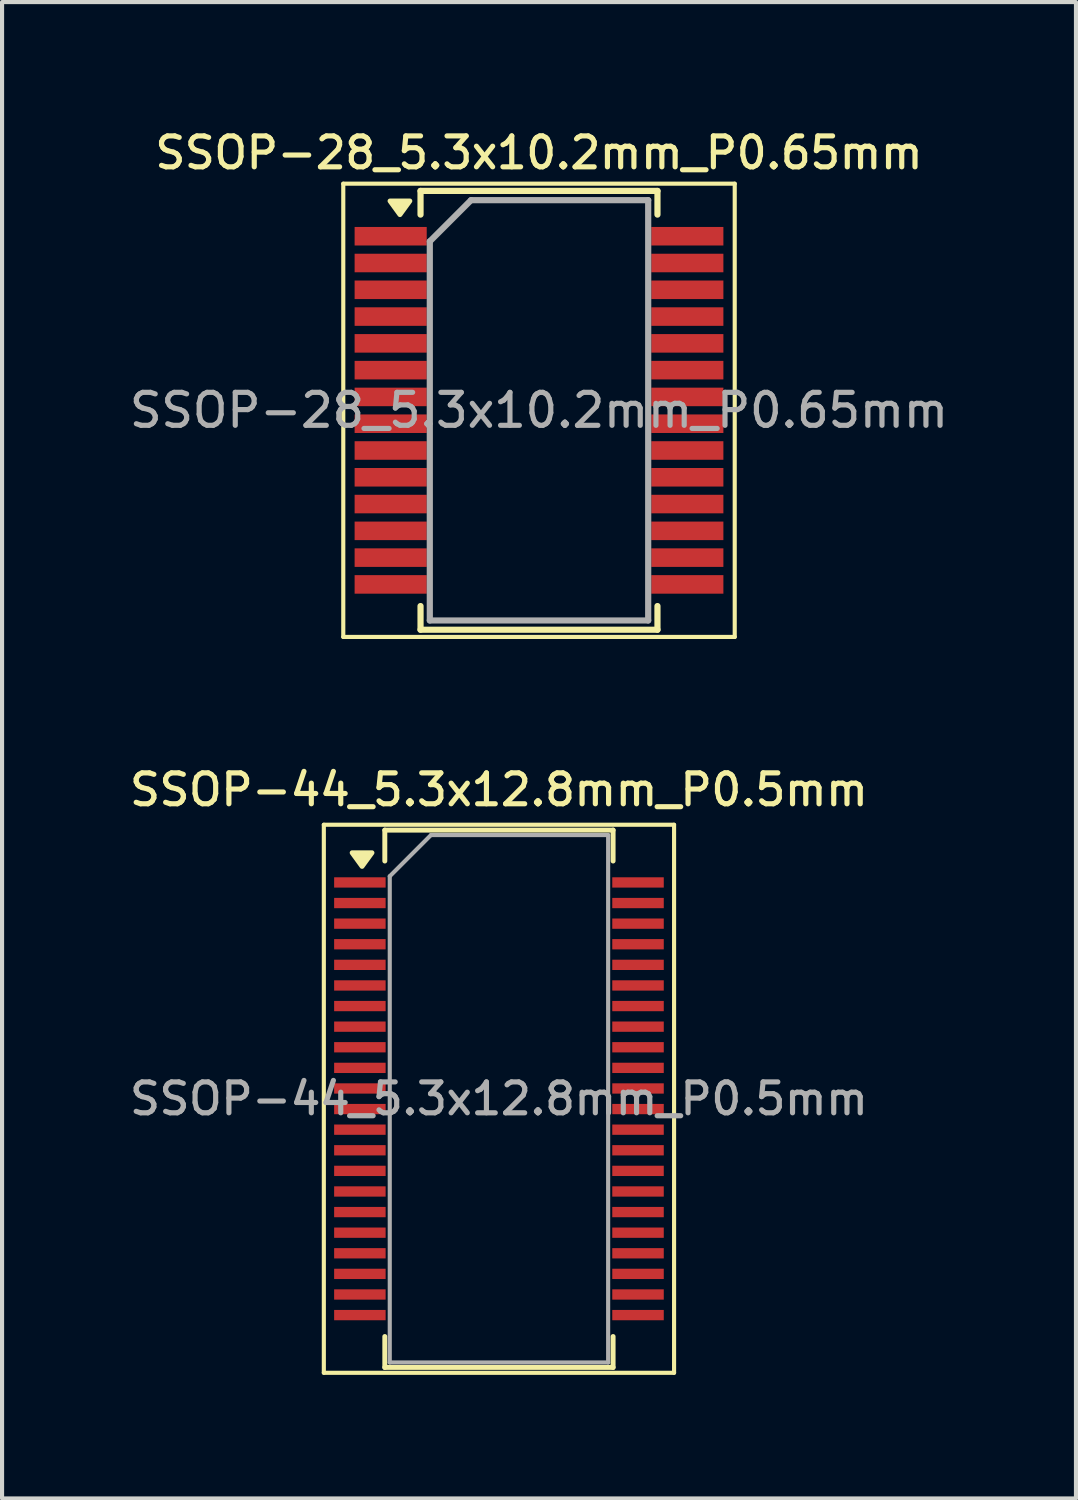
<source format=kicad_pcb>
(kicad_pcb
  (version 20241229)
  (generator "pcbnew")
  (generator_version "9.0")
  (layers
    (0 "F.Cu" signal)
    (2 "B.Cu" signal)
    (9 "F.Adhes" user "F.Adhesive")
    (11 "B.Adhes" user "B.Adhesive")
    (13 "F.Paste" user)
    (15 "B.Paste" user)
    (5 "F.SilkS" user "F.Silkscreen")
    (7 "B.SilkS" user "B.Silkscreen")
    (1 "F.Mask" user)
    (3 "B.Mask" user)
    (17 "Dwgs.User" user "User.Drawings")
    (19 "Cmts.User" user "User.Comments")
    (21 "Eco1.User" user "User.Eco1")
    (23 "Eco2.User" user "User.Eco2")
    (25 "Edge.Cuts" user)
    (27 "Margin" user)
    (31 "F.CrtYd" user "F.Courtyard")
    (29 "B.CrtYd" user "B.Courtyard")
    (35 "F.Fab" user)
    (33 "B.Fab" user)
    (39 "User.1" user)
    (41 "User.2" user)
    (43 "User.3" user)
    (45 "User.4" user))
  (footprint "SSOP-44_5.3x12.8mm_P0.5mm"
    (layer "F.Cu")
    (at 9.059 23.616)
    (property "Reference" "SSOP-44_5.3x12.8mm_P0.5mm" (at 0 -7.5 0) (layer "F.SilkS") (effects (font (size 0.75 0.75) (thickness 0.125))))
    (attr smd)
    (fp_line (start -4.25 -6.65) (end -4.25 6.65) (stroke (width 0.1) (type solid)) (layer "F.SilkS"))
    (fp_line (start -4.25 -6.65) (end 4.25 -6.65) (stroke (width 0.1) (type solid)) (layer "F.SilkS"))
    (fp_line (start -4.25 6.65) (end 4.25 6.65) (stroke (width 0.1) (type solid)) (layer "F.SilkS"))
    (fp_line (start -2.77 -6.52) (end -2.77 -5.77) (stroke (width 0.12) (type solid)) (layer "F.SilkS"))
    (fp_line (start -2.77 -6.52) (end 2.77 -6.52) (stroke (width 0.12) (type solid)) (layer "F.SilkS"))
    (fp_line (start -2.77 6.52) (end -2.77 5.77) (stroke (width 0.12) (type solid)) (layer "F.SilkS"))
    (fp_line (start -2.77 6.52) (end 2.77 6.52) (stroke (width 0.12) (type solid)) (layer "F.SilkS"))
    (fp_line (start 2.77 -6.52) (end 2.77 -5.77) (stroke (width 0.12) (type solid)) (layer "F.SilkS"))
    (fp_line (start 2.77 6.52) (end 2.77 5.77) (stroke (width 0.12) (type solid)) (layer "F.SilkS"))
    (fp_line (start 4.25 -6.65) (end 4.25 6.65) (stroke (width 0.1) (type solid)) (layer "F.SilkS"))
    (fp_poly (pts (xy -3.322 -5.64) (xy -3.562 -5.97) (xy -3.082 -5.97) (xy -3.322 -5.64)) (stroke (width 0.12) (type solid)) (fill yes) (layer "F.SilkS"))
    (fp_line (start -2.65 -5.4) (end -1.65 -6.4) (stroke (width 0.1) (type solid)) (layer "F.Fab"))
    (fp_line (start -2.65 6.4) (end -2.65 -5.4) (stroke (width 0.1) (type solid)) (layer "F.Fab"))
    (fp_line (start -1.65 -6.4) (end 2.65 -6.4) (stroke (width 0.1) (type solid)) (layer "F.Fab"))
    (fp_line (start 2.65 -6.4) (end 2.65 6.4) (stroke (width 0.1) (type solid)) (layer "F.Fab"))
    (fp_line (start 2.65 6.4) (end -2.65 6.4) (stroke (width 0.1) (type solid)) (layer "F.Fab"))
    (fp_text user "${REFERENCE}" (at 0 0 0) (layer "F.Fab") (effects (font (size 0.75 0.75) (thickness 0.125))))
    (pad "1" smd rect (at -3.375 -5.25) (size 1.25 0.25) (layers "F.Cu" "F.Mask" "F.Paste"))
    (pad "2" smd rect (at -3.375 -4.75) (size 1.25 0.25) (layers "F.Cu" "F.Mask" "F.Paste"))
    (pad "3" smd rect (at -3.375 -4.25) (size 1.25 0.25) (layers "F.Cu" "F.Mask" "F.Paste"))
    (pad "4" smd rect (at -3.375 -3.75) (size 1.25 0.25) (layers "F.Cu" "F.Mask" "F.Paste"))
    (pad "5" smd rect (at -3.375 -3.25) (size 1.25 0.25) (layers "F.Cu" "F.Mask" "F.Paste"))
    (pad "6" smd rect (at -3.375 -2.75) (size 1.25 0.25) (layers "F.Cu" "F.Mask" "F.Paste"))
    (pad "7" smd rect (at -3.375 -2.25) (size 1.25 0.25) (layers "F.Cu" "F.Mask" "F.Paste"))
    (pad "8" smd rect (at -3.375 -1.75) (size 1.25 0.25) (layers "F.Cu" "F.Mask" "F.Paste"))
    (pad "9" smd rect (at -3.375 -1.25) (size 1.25 0.25) (layers "F.Cu" "F.Mask" "F.Paste"))
    (pad "10" smd rect (at -3.375 -0.75) (size 1.25 0.25) (layers "F.Cu" "F.Mask" "F.Paste"))
    (pad "11" smd rect (at -3.375 -0.25) (size 1.25 0.25) (layers "F.Cu" "F.Mask" "F.Paste"))
    (pad "12" smd rect (at -3.375 0.25) (size 1.25 0.25) (layers "F.Cu" "F.Mask" "F.Paste"))
    (pad "13" smd rect (at -3.375 0.75) (size 1.25 0.25) (layers "F.Cu" "F.Mask" "F.Paste"))
    (pad "14" smd rect (at -3.375 1.25) (size 1.25 0.25) (layers "F.Cu" "F.Mask" "F.Paste"))
    (pad "15" smd rect (at -3.375 1.75) (size 1.25 0.25) (layers "F.Cu" "F.Mask" "F.Paste"))
    (pad "16" smd rect (at -3.375 2.25) (size 1.25 0.25) (layers "F.Cu" "F.Mask" "F.Paste"))
    (pad "17" smd rect (at -3.375 2.75) (size 1.25 0.25) (layers "F.Cu" "F.Mask" "F.Paste"))
    (pad "18" smd rect (at -3.375 3.25) (size 1.25 0.25) (layers "F.Cu" "F.Mask" "F.Paste"))
    (pad "19" smd rect (at -3.375 3.75) (size 1.25 0.25) (layers "F.Cu" "F.Mask" "F.Paste"))
    (pad "20" smd rect (at -3.375 4.25) (size 1.25 0.25) (layers "F.Cu" "F.Mask" "F.Paste"))
    (pad "21" smd rect (at -3.375 4.75) (size 1.25 0.25) (layers "F.Cu" "F.Mask" "F.Paste"))
    (pad "22" smd rect (at -3.375 5.25) (size 1.25 0.25) (layers "F.Cu" "F.Mask" "F.Paste"))
    (pad "23" smd rect (at 3.375 5.25) (size 1.25 0.25) (layers "F.Cu" "F.Mask" "F.Paste"))
    (pad "24" smd rect (at 3.375 4.75) (size 1.25 0.25) (layers "F.Cu" "F.Mask" "F.Paste"))
    (pad "25" smd rect (at 3.375 4.25) (size 1.25 0.25) (layers "F.Cu" "F.Mask" "F.Paste"))
    (pad "26" smd rect (at 3.375 3.75) (size 1.25 0.25) (layers "F.Cu" "F.Mask" "F.Paste"))
    (pad "27" smd rect (at 3.375 3.25) (size 1.25 0.25) (layers "F.Cu" "F.Mask" "F.Paste"))
    (pad "28" smd rect (at 3.375 2.75) (size 1.25 0.25) (layers "F.Cu" "F.Mask" "F.Paste"))
    (pad "29" smd rect (at 3.375 2.25) (size 1.25 0.25) (layers "F.Cu" "F.Mask" "F.Paste"))
    (pad "30" smd rect (at 3.375 1.75) (size 1.25 0.25) (layers "F.Cu" "F.Mask" "F.Paste"))
    (pad "31" smd rect (at 3.375 1.25) (size 1.25 0.25) (layers "F.Cu" "F.Mask" "F.Paste"))
    (pad "32" smd rect (at 3.375 0.75) (size 1.25 0.25) (layers "F.Cu" "F.Mask" "F.Paste"))
    (pad "33" smd rect (at 3.375 0.25) (size 1.25 0.25) (layers "F.Cu" "F.Mask" "F.Paste"))
    (pad "34" smd rect (at 3.375 -0.25) (size 1.25 0.25) (layers "F.Cu" "F.Mask" "F.Paste"))
    (pad "35" smd rect (at 3.375 -0.75) (size 1.25 0.25) (layers "F.Cu" "F.Mask" "F.Paste"))
    (pad "36" smd rect (at 3.375 -1.25) (size 1.25 0.25) (layers "F.Cu" "F.Mask" "F.Paste"))
    (pad "37" smd rect (at 3.375 -1.75) (size 1.25 0.25) (layers "F.Cu" "F.Mask" "F.Paste"))
    (pad "38" smd rect (at 3.375 -2.25) (size 1.25 0.25) (layers "F.Cu" "F.Mask" "F.Paste"))
    (pad "39" smd rect (at 3.375 -2.75) (size 1.25 0.25) (layers "F.Cu" "F.Mask" "F.Paste"))
    (pad "40" smd rect (at 3.375 -3.25) (size 1.25 0.25) (layers "F.Cu" "F.Mask" "F.Paste"))
    (pad "41" smd rect (at 3.375 -3.75) (size 1.25 0.25) (layers "F.Cu" "F.Mask" "F.Paste"))
    (pad "42" smd rect (at 3.375 -4.25) (size 1.25 0.25) (layers "F.Cu" "F.Mask" "F.Paste"))
    (pad "43" smd rect (at 3.375 -4.75) (size 1.25 0.25) (layers "F.Cu" "F.Mask" "F.Paste"))
    (pad "44" smd rect (at 3.375 -5.25) (size 1.25 0.25) (layers "F.Cu" "F.Mask" "F.Paste")))
  (footprint "SSOP-28_5.3x10.2mm_P0.65mm"
    (layer "F.Cu")
    (at 10.031 6.908)
    (property "Reference" "SSOP-28_5.3x10.2mm_P0.65mm" (at 0 -6.25 0) (layer "F.SilkS") (effects (font (size 0.75 0.75) (thickness 0.125))))
    (attr smd)
    (fp_line (start -4.75 -5.5) (end -4.75 5.5) (stroke (width 0.1) (type solid)) (layer "F.SilkS"))
    (fp_line (start -4.75 -5.5) (end 4.75 -5.5) (stroke (width 0.1) (type solid)) (layer "F.SilkS"))
    (fp_line (start -4.75 5.5) (end 4.75 5.5) (stroke (width 0.1) (type solid)) (layer "F.SilkS"))
    (fp_line (start -2.875 -5.325) (end -2.875 -4.75) (stroke (width 0.15) (type solid)) (layer "F.SilkS"))
    (fp_line (start -2.875 -5.325) (end 2.875 -5.325) (stroke (width 0.15) (type solid)) (layer "F.SilkS"))
    (fp_line (start -2.875 4.75) (end -2.875 5.325) (stroke (width 0.15) (type solid)) (layer "F.SilkS"))
    (fp_line (start -2.875 5.325) (end 2.875 5.325) (stroke (width 0.15) (type solid)) (layer "F.SilkS"))
    (fp_line (start 2.875 -5.325) (end 2.875 -4.75) (stroke (width 0.15) (type solid)) (layer "F.SilkS"))
    (fp_line (start 2.875 4.75) (end 2.875 5.325) (stroke (width 0.15) (type solid)) (layer "F.SilkS"))
    (fp_line (start 4.75 -5.5) (end 4.75 5.5) (stroke (width 0.1) (type solid)) (layer "F.SilkS"))
    (fp_poly (pts (xy -3.375 -4.75) (xy -3.615 -5.08) (xy -3.135 -5.08) (xy -3.375 -4.75)) (stroke (width 0.12) (type solid)) (fill yes) (layer "F.SilkS"))
    (fp_line (start -2.65 -4.1) (end -1.65 -5.1) (stroke (width 0.15) (type solid)) (layer "F.Fab"))
    (fp_line (start -2.65 5.1) (end -2.65 -4.1) (stroke (width 0.15) (type solid)) (layer "F.Fab"))
    (fp_line (start -1.65 -5.1) (end 2.65 -5.1) (stroke (width 0.15) (type solid)) (layer "F.Fab"))
    (fp_line (start 2.65 -5.1) (end 2.65 5.1) (stroke (width 0.15) (type solid)) (layer "F.Fab"))
    (fp_line (start 2.65 5.1) (end -2.65 5.1) (stroke (width 0.15) (type solid)) (layer "F.Fab"))
    (fp_text user "${REFERENCE}" (at 0 0 0) (layer "F.Fab") (effects (font (size 0.8 0.8) (thickness 0.125))))
    (pad "1" smd rect (at -3.6 -4.225) (size 1.75 0.45) (layers "F.Cu" "F.Mask" "F.Paste"))
    (pad "2" smd rect (at -3.6 -3.575) (size 1.75 0.45) (layers "F.Cu" "F.Mask" "F.Paste"))
    (pad "3" smd rect (at -3.6 -2.925) (size 1.75 0.45) (layers "F.Cu" "F.Mask" "F.Paste"))
    (pad "4" smd rect (at -3.6 -2.275) (size 1.75 0.45) (layers "F.Cu" "F.Mask" "F.Paste"))
    (pad "5" smd rect (at -3.6 -1.625) (size 1.75 0.45) (layers "F.Cu" "F.Mask" "F.Paste"))
    (pad "6" smd rect (at -3.6 -0.975) (size 1.75 0.45) (layers "F.Cu" "F.Mask" "F.Paste"))
    (pad "7" smd rect (at -3.6 -0.325) (size 1.75 0.45) (layers "F.Cu" "F.Mask" "F.Paste"))
    (pad "8" smd rect (at -3.6 0.325) (size 1.75 0.45) (layers "F.Cu" "F.Mask" "F.Paste"))
    (pad "9" smd rect (at -3.6 0.975) (size 1.75 0.45) (layers "F.Cu" "F.Mask" "F.Paste"))
    (pad "10" smd rect (at -3.6 1.625) (size 1.75 0.45) (layers "F.Cu" "F.Mask" "F.Paste"))
    (pad "11" smd rect (at -3.6 2.275) (size 1.75 0.45) (layers "F.Cu" "F.Mask" "F.Paste"))
    (pad "12" smd rect (at -3.6 2.925) (size 1.75 0.45) (layers "F.Cu" "F.Mask" "F.Paste"))
    (pad "13" smd rect (at -3.6 3.575) (size 1.75 0.45) (layers "F.Cu" "F.Mask" "F.Paste"))
    (pad "14" smd rect (at -3.6 4.225) (size 1.75 0.45) (layers "F.Cu" "F.Mask" "F.Paste"))
    (pad "15" smd rect (at 3.6 4.225) (size 1.75 0.45) (layers "F.Cu" "F.Mask" "F.Paste"))
    (pad "16" smd rect (at 3.6 3.575) (size 1.75 0.45) (layers "F.Cu" "F.Mask" "F.Paste"))
    (pad "17" smd rect (at 3.6 2.925) (size 1.75 0.45) (layers "F.Cu" "F.Mask" "F.Paste"))
    (pad "18" smd rect (at 3.6 2.275) (size 1.75 0.45) (layers "F.Cu" "F.Mask" "F.Paste"))
    (pad "19" smd rect (at 3.6 1.625) (size 1.75 0.45) (layers "F.Cu" "F.Mask" "F.Paste"))
    (pad "20" smd rect (at 3.6 0.975) (size 1.75 0.45) (layers "F.Cu" "F.Mask" "F.Paste"))
    (pad "21" smd rect (at 3.6 0.325) (size 1.75 0.45) (layers "F.Cu" "F.Mask" "F.Paste"))
    (pad "22" smd rect (at 3.6 -0.325) (size 1.75 0.45) (layers "F.Cu" "F.Mask" "F.Paste"))
    (pad "23" smd rect (at 3.6 -0.975) (size 1.75 0.45) (layers "F.Cu" "F.Mask" "F.Paste"))
    (pad "24" smd rect (at 3.6 -1.625) (size 1.75 0.45) (layers "F.Cu" "F.Mask" "F.Paste"))
    (pad "25" smd rect (at 3.6 -2.275) (size 1.75 0.45) (layers "F.Cu" "F.Mask" "F.Paste"))
    (pad "26" smd rect (at 3.6 -2.925) (size 1.75 0.45) (layers "F.Cu" "F.Mask" "F.Paste"))
    (pad "27" smd rect (at 3.6 -3.575) (size 1.75 0.45) (layers "F.Cu" "F.Mask" "F.Paste"))
    (pad "28" smd rect (at 3.6 -4.225) (size 1.75 0.45) (layers "F.Cu" "F.Mask" "F.Paste")))
  (gr_rect
    (start -3 -3)
    (end 23.063 33.316)
    (stroke (width 0.1) (type default))
    (fill no)
    (layer "Edge.Cuts")))
</source>
